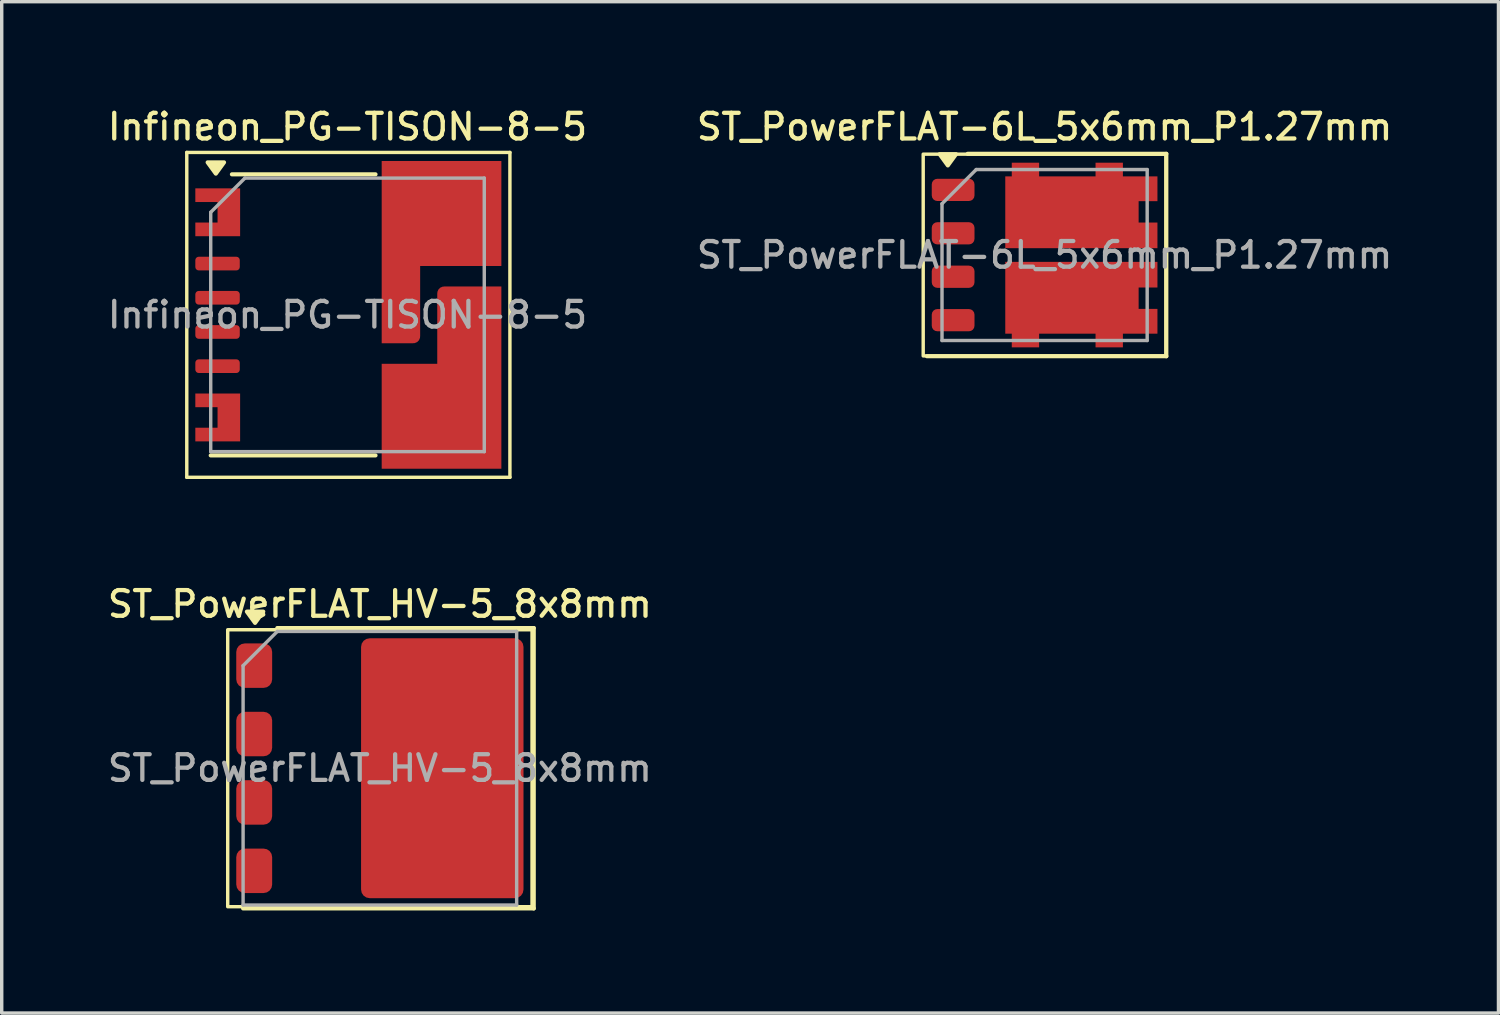
<source format=kicad_pcb>
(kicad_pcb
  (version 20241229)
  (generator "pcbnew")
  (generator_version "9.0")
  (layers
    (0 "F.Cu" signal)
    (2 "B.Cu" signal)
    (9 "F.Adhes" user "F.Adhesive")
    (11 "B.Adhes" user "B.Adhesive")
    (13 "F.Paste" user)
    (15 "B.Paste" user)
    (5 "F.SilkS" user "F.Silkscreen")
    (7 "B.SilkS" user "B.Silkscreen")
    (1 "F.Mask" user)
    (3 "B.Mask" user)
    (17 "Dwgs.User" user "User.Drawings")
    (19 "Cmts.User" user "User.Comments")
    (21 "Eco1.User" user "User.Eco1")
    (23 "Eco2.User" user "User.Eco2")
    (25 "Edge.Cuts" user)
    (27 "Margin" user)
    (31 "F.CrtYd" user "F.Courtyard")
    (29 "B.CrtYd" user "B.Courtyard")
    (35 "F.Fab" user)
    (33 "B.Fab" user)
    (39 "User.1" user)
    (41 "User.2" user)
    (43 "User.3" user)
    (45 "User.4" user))
  (footprint "ST_PowerFLAT-6L_5x6mm_P1.27mm"
    (layer "F.Cu")
    (at 27.498 4.408)
    (property "Reference" "ST_PowerFLAT-6L_5x6mm_P1.27mm" (at 0 -3.75 0) (unlocked yes) (layer "F.SilkS") (effects (font (size 0.75 0.75) (thickness 0.125))))
    (attr smd)
    (fp_line (start -2.25 -2.96) (end 3.56 -2.96) (stroke (width 0.12) (type default)) (layer "F.SilkS"))
    (fp_line (start 3.56 -2.96) (end 3.56 2.96) (stroke (width 0.12) (type default)) (layer "F.SilkS"))
    (fp_line (start 3.56 2.96) (end -3.44 2.96) (stroke (width 0.12) (type default)) (layer "F.SilkS"))
    (fp_rect (start 3.55 -2.95) (end -3.55 2.95) (stroke (width 0.1) (type default)) (fill no) (layer "F.SilkS"))
    (fp_poly (pts (xy -2.83 -2.62) (xy -3.07 -2.95) (xy -2.59 -2.95) (xy -2.83 -2.62)) (stroke (width 0.12) (type solid)) (fill yes) (layer "F.SilkS"))
    (fp_line (start -3 -1.5) (end -3 2.5) (stroke (width 0.1) (type default)) (layer "F.Fab"))
    (fp_line (start -3 2.5) (end 3 2.5) (stroke (width 0.1) (type default)) (layer "F.Fab"))
    (fp_line (start -2 -2.5) (end -3 -1.5) (stroke (width 0.1) (type default)) (layer "F.Fab"))
    (fp_line (start 3 -2.5) (end -2 -2.5) (stroke (width 0.1) (type default)) (layer "F.Fab"))
    (fp_line (start 3 2.5) (end 3 -2.5) (stroke (width 0.1) (type default)) (layer "F.Fab"))
    (fp_text user "${REFERENCE}" (at 0 0 0) (unlocked yes) (layer "F.Fab") (effects (font (size 0.75 0.75) (thickness 0.125))))
    (pad "" smd roundrect (at -0.175 -1.25 270) (size 1.68 1.68) (layers "F.Paste") (roundrect_rratio 0.25))
    (pad "" smd roundrect (at -0.175 1.25 270) (size 1.68 1.68) (layers "F.Paste") (roundrect_rratio 0.25))
    (pad "" smd roundrect (at 1.775 -1.25 270) (size 1.68 1.68) (layers "F.Paste") (roundrect_rratio 0.25))
    (pad "" smd roundrect (at 1.775 1.25 270) (size 1.68 1.68) (layers "F.Paste") (roundrect_rratio 0.25))
    (pad "1" smd roundrect (at -2.675 -1.905 270) (size 0.65 1.25) (layers "F.Cu" "F.Mask" "F.Paste") (roundrect_rratio 0.25))
    (pad "2" smd roundrect (at -2.675 -0.635 270) (size 0.65 1.25) (layers "F.Cu" "F.Mask" "F.Paste") (roundrect_rratio 0.25))
    (pad "3" smd roundrect (at -2.675 0.635 270) (size 0.65 1.25) (layers "F.Cu" "F.Mask" "F.Paste") (roundrect_rratio 0.25))
    (pad "4" smd roundrect (at -2.675 1.905 270) (size 0.65 1.25) (layers "F.Cu" "F.Mask" "F.Paste") (roundrect_rratio 0.25))
    (pad "5" smd custom (at 0.665 1.25 270) (size 0.5 0.5) (layers "F.Cu" "F.Mask") (options (anchor rect)) (primitives (gr_poly (pts (xy -0.3 -2.635) (xy -0.3 -2.085) (xy 0.325 -2.085) (xy 0.325 -2.635) (xy 1.05 -2.635) (xy 1.05 -1.625) (xy 1.45 -1.625) (xy 1.45 -0.825) (xy 1.05 -0.825) (xy 1.05 0.825) (xy 1.45 0.825) (xy 1.45 1.625) (xy 1.05 1.625) (xy 1.05 1.815) (xy -1.05 1.815) (xy -1.05 -2.635)) (width 0) (fill yes))))
    (pad "7" smd custom (at 0.665 -1.25 270) (size 0.5 0.5) (layers "F.Cu" "F.Mask") (options (anchor rect)) (primitives (gr_poly (pts (xy 0.3 -2.635) (xy 0.3 -2.085) (xy -0.325 -2.085) (xy -0.325 -2.635) (xy -1.05 -2.635) (xy -1.05 -1.625) (xy -1.45 -1.625) (xy -1.45 -0.825) (xy -1.05 -0.825) (xy -1.05 0.825) (xy -1.45 0.825) (xy -1.45 1.625) (xy -1.05 1.625) (xy -1.05 1.815) (xy 1.05 1.815) (xy 1.05 -2.635)) (width 0) (fill yes)))))
  (footprint "Infineon_PG-TISON-8-5"
    (layer "F.Cu")
    (at 7.112 6.158)
    (property "Reference" "Infineon_PG-TISON-8-5" (at 0 -5.5 0) (layer "F.SilkS") (effects (font (size 0.75 0.75) (thickness 0.125))))
    (attr smd)
    (fp_line (start -4.7 -4.75) (end 4.75 -4.75) (stroke (width 0.1) (type solid)) (layer "F.SilkS"))
    (fp_line (start -4.7 4.75) (end -4.7 -4.75) (stroke (width 0.1) (type solid)) (layer "F.SilkS"))
    (fp_line (start 0.82 -4.11) (end -3.38 -4.11) (stroke (width 0.12) (type solid)) (layer "F.SilkS"))
    (fp_line (start 0.82 4.11) (end -4 4.11) (stroke (width 0.12) (type solid)) (layer "F.SilkS"))
    (fp_line (start 4.75 -4.75) (end 4.75 4.75) (stroke (width 0.1) (type solid)) (layer "F.SilkS"))
    (fp_line (start 4.75 4.75) (end -4.7 4.75) (stroke (width 0.1) (type solid)) (layer "F.SilkS"))
    (fp_poly (pts (xy -3.85 -4.13) (xy -4.09 -4.46) (xy -3.61 -4.46) (xy -3.85 -4.13)) (stroke (width 0.12) (type solid)) (fill yes) (layer "F.SilkS"))
    (fp_line (start -4 -3) (end -4 4) (stroke (width 0.1) (type solid)) (layer "F.Fab"))
    (fp_line (start -3 -4) (end -4 -3) (stroke (width 0.1) (type solid)) (layer "F.Fab"))
    (fp_line (start -3 -4) (end 4 -4) (stroke (width 0.1) (type solid)) (layer "F.Fab"))
    (fp_line (start 4 -4) (end 4 4) (stroke (width 0.1) (type solid)) (layer "F.Fab"))
    (fp_line (start 4 4) (end -4 4) (stroke (width 0.1) (type solid)) (layer "F.Fab"))
    (fp_text user "${REFERENCE}" (at 0 0 0) (layer "F.Fab") (effects (font (size 0.75 0.75) (thickness 0.125))))
    (pad "" smd roundrect (at -3.8 -3.5) (size 1.2 0.3) (layers "F.Paste") (roundrect_rratio 0.25))
    (pad "" smd roundrect (at -3.8 -2.5) (size 1.2 0.3) (layers "F.Paste") (roundrect_rratio 0.25))
    (pad "" smd roundrect (at -3.8 -2.5) (size 1.2 0.3) (layers "F.Paste") (roundrect_rratio 0.25))
    (pad "" smd roundrect (at -3.8 -1.5) (size 1.2 0.3) (layers "F.Paste") (roundrect_rratio 0.25))
    (pad "" smd roundrect (at -3.8 -0.5) (size 1.2 0.3) (layers "F.Paste") (roundrect_rratio 0.25))
    (pad "" smd roundrect (at -3.8 0.5) (size 1.2 0.3) (layers "F.Paste") (roundrect_rratio 0.25))
    (pad "" smd roundrect (at -3.8 1.5) (size 1.2 0.3) (layers "F.Paste") (roundrect_rratio 0.25))
    (pad "" smd roundrect (at -3.8 2.5) (size 1.2 0.3) (layers "F.Paste") (roundrect_rratio 0.25))
    (pad "" smd roundrect (at -3.8 3.5) (size 1.2 0.3) (layers "F.Paste") (roundrect_rratio 0.25))
    (pad "" smd roundrect (at -3.49 -3) (size 0.5 0.4) (layers "F.Paste") (roundrect_rratio 0.25))
    (pad "" smd roundrect (at -3.49 3) (size 0.5 0.4) (layers "F.Paste") (roundrect_rratio 0.25))
    (pad "" smd roundrect (at 1.561 -3.638) (size 0.7 1.225) (layers "F.Paste") (roundrect_rratio 0.25))
    (pad "" smd roundrect (at 1.561 -1.425) (size 0.7 1.6) (layers "F.Paste") (roundrect_rratio 0.25))
    (pad "" smd roundrect (at 1.561 0.403) (size 0.7 0.455) (layers "F.Paste") (roundrect_rratio 0.25))
    (pad "" smd roundrect (at 1.561 1.903) (size 0.7 0.545) (layers "F.Paste") (roundrect_rratio 0.25))
    (pad "" smd roundrect (at 1.561 3.612) (size 0.7 1.275) (layers "F.Paste") (roundrect_rratio 0.25))
    (pad "" smd roundrect (at 2.38 2.915) (size 0.537 2.57) (layers "F.Paste") (roundrect_rratio 0.25))
    (pad "" smd roundrect (at 2.586 -2.94) (size 0.95 2.62) (layers "F.Paste") (roundrect_rratio 0.25))
    (pad "" smd roundrect (at 3.28 -0.375) (size 0.863 0.5) (layers "F.Paste") (roundrect_rratio 0.25))
    (pad "" smd roundrect (at 3.28 1.425) (size 0.863 1.5) (layers "F.Paste") (roundrect_rratio 0.25))
    (pad "" smd roundrect (at 3.28 3.612) (size 0.863 1.275) (layers "F.Paste") (roundrect_rratio 0.25))
    (pad "" smd roundrect (at 3.486 -3.638) (size 0.45 1.225) (layers "F.Paste") (roundrect_rratio 0.25))
    (pad "" smd roundrect (at 3.486 -1.927) (size 0.45 0.595) (layers "F.Paste") (roundrect_rratio 0.25))
    (pad "" smd roundrect (at 4.111 -2.94) (size 0.4 2.62) (layers "F.Paste") (roundrect_rratio 0.25))
    (pad "" smd roundrect (at 4.111 0.403) (size 0.4 2.055) (layers "F.Paste") (roundrect_rratio 0.25))
    (pad "" smd roundrect (at 4.111 2.915) (size 0.4 2.57) (layers "F.Paste") (roundrect_rratio 0.25))
    (pad "1" smd custom (at -3.47 -3) (size 0.66 1.4) (layers "F.Cu" "F.Mask") (options (anchor rect)) (primitives (gr_poly (pts (xy 0.33 0.7) (xy -0.98 0.7) (xy -0.98 0.3) (xy -0.33 0.3) (xy -0.33 -0.3) (xy -0.98 -0.3) (xy -0.98 -0.7) (xy 0.33 -0.7)) (width 0) (fill yes))))
    (pad "2" smd roundrect (at -3.8 -1.5) (size 1.3 0.4) (layers "F.Cu" "F.Mask") (roundrect_rratio 0.25))
    (pad "3" smd roundrect (at -3.8 -0.5) (size 1.3 0.4) (layers "F.Cu" "F.Mask") (roundrect_rratio 0.25))
    (pad "4" smd roundrect (at -3.8 0.5) (size 1.3 0.4) (layers "F.Cu" "F.Mask") (roundrect_rratio 0.25))
    (pad "5" smd roundrect (at -3.8 1.5) (size 1.3 0.4) (layers "F.Cu" "F.Mask") (roundrect_rratio 0.25))
    (pad "6" smd custom (at -3.47 3) (size 0.66 1.4) (layers "F.Cu" "F.Mask") (options (anchor rect)) (primitives (gr_poly (pts (xy 0.33 0.7) (xy -0.98 0.7) (xy -0.98 0.3) (xy -0.33 0.3) (xy -0.33 -0.3) (xy -0.98 -0.3) (xy -0.98 -0.7) (xy 0.33 -0.7)) (width 0) (fill yes))))
    (pad "7" smd custom (at 2.75 2.965) (size 3.5 3.07) (layers "F.Cu" "F.Mask") (options (anchor rect)) (primitives (gr_poly (pts (xy 1.75 -1.535) (xy -0.125 -1.535) (xy -0.125 -3.595) (xy 0.075 -3.795) (xy 1.75 -3.795)) (width 0) (fill yes)) (gr_circle (center 0.075 -3.595) (end 0.275 -3.595) (width 0) (fill yes))))
    (pad "8" smd custom (at 2.75 -2.965) (size 3.5 3.07) (layers "F.Cu" "F.Mask") (options (anchor rect)) (primitives (gr_poly (pts (xy -0.625 3.595) (xy -0.825 3.795) (xy -1.75 3.795) (xy -1.75 1.535) (xy -0.625 1.535)) (width 0) (fill yes)) (gr_circle (center -0.825 3.595) (end -0.625 3.595) (width 0) (fill yes)))))
  (footprint "ST_PowerFLAT_HV-5_8x8mm"
    (layer "F.Cu")
    (at 8.059 19.416)
    (property "Reference" "ST_PowerFLAT_HV-5_8x8mm" (at 0 -4.8 0) (unlocked yes) (layer "F.SilkS") (effects (font (size 0.75 0.75) (thickness 0.125))))
    (attr smd)
    (fp_line (start -3 -4.1) (end 4.5 -4.1) (stroke (width 0.12) (type default)) (layer "F.SilkS"))
    (fp_line (start 4.5 -4.1) (end 4.5 4.1) (stroke (width 0.12) (type default)) (layer "F.SilkS"))
    (fp_line (start 4.5 4.1) (end -4 4.1) (stroke (width 0.12) (type default)) (layer "F.SilkS"))
    (fp_rect (start 4.45 -4.05) (end -4.45 4.05) (stroke (width 0.1) (type default)) (fill no) (layer "F.SilkS"))
    (fp_poly (pts (xy -3.65 -4.25) (xy -3.89 -4.58) (xy -3.41 -4.58) (xy -3.65 -4.25)) (stroke (width 0.12) (type solid)) (fill yes) (layer "F.SilkS"))
    (fp_line (start -4 -3) (end -4 4) (stroke (width 0.1) (type default)) (layer "F.Fab"))
    (fp_line (start -4 4) (end 4 4) (stroke (width 0.1) (type default)) (layer "F.Fab"))
    (fp_line (start -3 -4) (end -4 -3) (stroke (width 0.1) (type default)) (layer "F.Fab"))
    (fp_line (start 4 -4) (end -3 -4) (stroke (width 0.1) (type default)) (layer "F.Fab"))
    (fp_line (start 4 4) (end 4 -4) (stroke (width 0.1) (type default)) (layer "F.Fab"))
    (fp_text user "${REFERENCE}" (at 0 0 0) (unlocked yes) (layer "F.Fab") (effects (font (size 0.75 0.75) (thickness 0.125))))
    (pad "1" smd roundrect (at -3.675 -3) (size 1.05 1.3) (layers "F.Cu" "F.Mask" "F.Paste") (roundrect_rratio 0.238))
    (pad "2" smd roundrect (at -3.675 -1 180) (size 1.05 1.3) (layers "F.Cu" "F.Mask" "F.Paste") (roundrect_rratio 0.238))
    (pad "3" smd roundrect (at -3.675 1) (size 1.05 1.3) (layers "F.Cu" "F.Mask" "F.Paste") (roundrect_rratio 0.238))
    (pad "4" smd roundrect (at -3.675 3) (size 1.05 1.3) (layers "F.Cu" "F.Mask" "F.Paste") (roundrect_rratio 0.238))
    (pad "5" smd roundrect (at 1.825 0) (size 4.75 7.6) (layers "F.Cu" "F.Mask" "F.Paste") (roundrect_rratio 0.053)))
  (gr_rect
    (start -3 -3)
    (end 40.771 26.576)
    (stroke (width 0.1) (type default))
    (fill no)
    (layer "Edge.Cuts")))
</source>
